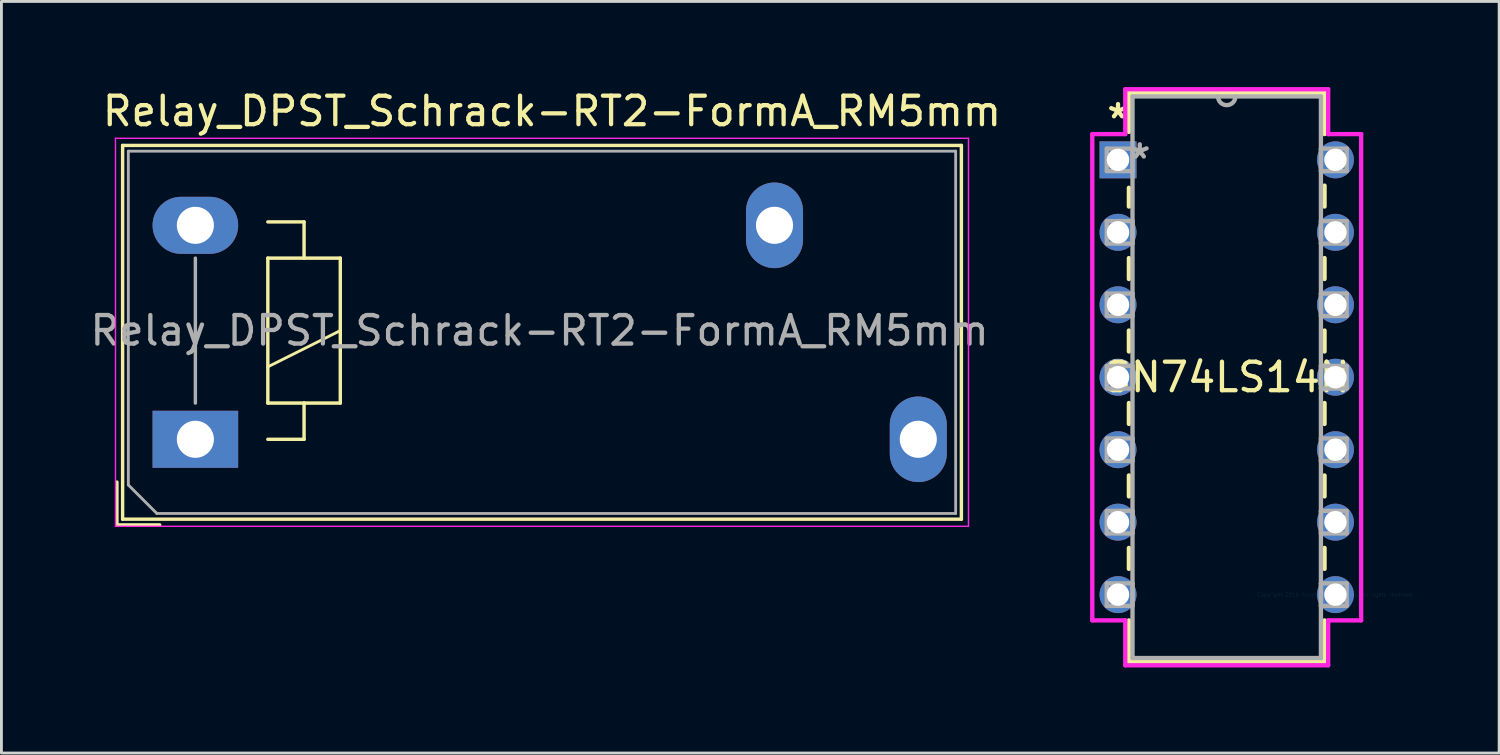
<source format=kicad_pcb>
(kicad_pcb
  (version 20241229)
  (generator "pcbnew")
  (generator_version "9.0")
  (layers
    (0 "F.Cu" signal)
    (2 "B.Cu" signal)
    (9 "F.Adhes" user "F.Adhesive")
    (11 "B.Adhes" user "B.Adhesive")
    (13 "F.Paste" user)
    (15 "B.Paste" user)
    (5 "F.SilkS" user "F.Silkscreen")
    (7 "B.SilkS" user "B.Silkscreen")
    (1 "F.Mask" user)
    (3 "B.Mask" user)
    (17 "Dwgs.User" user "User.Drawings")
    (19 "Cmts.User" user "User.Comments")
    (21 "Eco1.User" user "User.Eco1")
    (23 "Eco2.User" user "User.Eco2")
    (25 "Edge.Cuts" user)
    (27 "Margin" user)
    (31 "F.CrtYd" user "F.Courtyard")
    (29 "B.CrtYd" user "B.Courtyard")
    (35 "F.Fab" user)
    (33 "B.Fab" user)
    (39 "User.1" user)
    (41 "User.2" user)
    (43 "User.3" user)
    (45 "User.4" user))
  (footprint "Relay_DPST_Schrack-RT2-FormA_RM5mm"
    (layer "F.Cu")
    (at 3.798 12.348)
    (property "Reference" "Relay_DPST_Schrack-RT2-FormA_RM5mm" (at 12.5 -11.5 0) (layer "F.SilkS") (effects (font (size 1 1) (thickness 0.15))))
    (attr through_hole)
    (fp_line (start -2.75 1.5) (end -2.75 3) (stroke (width 0.12) (type solid)) (layer "F.SilkS"))
    (fp_line (start -2.75 3) (end -1.25 3) (stroke (width 0.12) (type solid)) (layer "F.SilkS"))
    (fp_line (start -2.55 -10.3) (end -2.55 2.8) (stroke (width 0.12) (type solid)) (layer "F.SilkS"))
    (fp_line (start -2.55 2.8) (end 26.85 2.8) (stroke (width 0.12) (type solid)) (layer "F.SilkS"))
    (fp_line (start 2.54 -6.35) (end 2.54 -1.27) (stroke (width 0.12) (type solid)) (layer "F.SilkS"))
    (fp_line (start 2.54 -2.54) (end 5.08 -3.81) (stroke (width 0.1) (type solid)) (layer "F.SilkS"))
    (fp_line (start 2.54 -1.27) (end 3.81 -1.27) (stroke (width 0.12) (type solid)) (layer "F.SilkS"))
    (fp_line (start 2.54 0) (end 3.81 0) (stroke (width 0.12) (type solid)) (layer "F.SilkS"))
    (fp_line (start 3.81 -7.62) (end 2.54 -7.62) (stroke (width 0.12) (type solid)) (layer "F.SilkS"))
    (fp_line (start 3.81 -6.35) (end 3.81 -7.62) (stroke (width 0.12) (type solid)) (layer "F.SilkS"))
    (fp_line (start 3.81 -1.27) (end 5.08 -1.27) (stroke (width 0.12) (type solid)) (layer "F.SilkS"))
    (fp_line (start 3.81 0) (end 3.81 -1.27) (stroke (width 0.12) (type solid)) (layer "F.SilkS"))
    (fp_line (start 5.08 -6.35) (end 2.54 -6.35) (stroke (width 0.12) (type solid)) (layer "F.SilkS"))
    (fp_line (start 5.08 -1.27) (end 5.08 -6.35) (stroke (width 0.12) (type solid)) (layer "F.SilkS"))
    (fp_line (start 26.85 -10.3) (end -2.55 -10.3) (stroke (width 0.12) (type solid)) (layer "F.SilkS"))
    (fp_line (start 26.85 2.8) (end 26.85 -10.3) (stroke (width 0.12) (type solid)) (layer "F.SilkS"))
    (fp_line (start -2.8 -10.55) (end -2.8 3.05) (stroke (width 0.05) (type solid)) (layer "F.CrtYd"))
    (fp_line (start -2.8 3.05) (end 27.1 3.05) (stroke (width 0.05) (type solid)) (layer "F.CrtYd"))
    (fp_line (start 27.1 -10.55) (end -2.8 -10.55) (stroke (width 0.05) (type solid)) (layer "F.CrtYd"))
    (fp_line (start 27.1 3.05) (end 27.1 -10.55) (stroke (width 0.05) (type solid)) (layer "F.CrtYd"))
    (fp_line (start -2.35 -10.1) (end -2.35 1.6) (stroke (width 0.1) (type solid)) (layer "F.Fab"))
    (fp_line (start -2.35 1.6) (end -1.35 2.6) (stroke (width 0.1) (type solid)) (layer "F.Fab"))
    (fp_line (start -1.35 2.6) (end 26.65 2.6) (stroke (width 0.1) (type solid)) (layer "F.Fab"))
    (fp_line (start 0 -1.27) (end 0 -6.35) (stroke (width 0.12) (type solid)) (layer "F.Fab"))
    (fp_line (start 26.65 -10.1) (end -2.35 -10.1) (stroke (width 0.1) (type solid)) (layer "F.Fab"))
    (fp_line (start 26.65 2.6) (end 26.65 -10.1) (stroke (width 0.1) (type solid)) (layer "F.Fab"))
    (fp_text user "${REFERENCE}" (at 12.065 -3.81 180) (layer "F.Fab") (effects (font (size 1 1) (thickness 0.15))))
    (pad "1" thru_hole oval (at 25.34 0 180) (size 2 3) (drill 1.3) (layers "*.Cu" "*.Mask"))
    (pad "2" thru_hole rect (at 0 0 180) (size 3 2) (drill 1.3) (layers "*.Cu" "*.Mask"))
    (pad "6" thru_hole oval (at 0 -7.5 180) (size 3 2) (drill 1.3) (layers "*.Cu" "*.Mask"))
    (pad "7" thru_hole oval (at 20.3 -7.5 180) (size 2 3) (drill 1.3) (layers "*.Cu" "*.Mask")))
  (footprint "SN74LS14N"
    (layer "F.Cu")
    (at 43.759 17.793)
    (property "Reference" "SN74LS14N" (at -3.81 -7.62 0) (layer "F.SilkS") (effects (font (size 1 1) (thickness 0.15))))
    (attr through_hole)
    (fp_line (start -7.239 -17.59) (end -7.239 -16.22) (stroke (width 0.152) (type solid)) (layer "F.SilkS"))
    (fp_line (start -7.239 -14.26) (end -7.239 -13.603) (stroke (width 0.152) (type solid)) (layer "F.SilkS"))
    (fp_line (start -7.239 -11.797) (end -7.239 -11.063) (stroke (width 0.152) (type solid)) (layer "F.SilkS"))
    (fp_line (start -7.239 -9.257) (end -7.239 -8.523) (stroke (width 0.152) (type solid)) (layer "F.SilkS"))
    (fp_line (start -7.239 -6.717) (end -7.239 -5.983) (stroke (width 0.152) (type solid)) (layer "F.SilkS"))
    (fp_line (start -7.239 -4.177) (end -7.239 -3.443) (stroke (width 0.152) (type solid)) (layer "F.SilkS"))
    (fp_line (start -7.239 -1.637) (end -7.239 -0.903) (stroke (width 0.152) (type solid)) (layer "F.SilkS"))
    (fp_line (start -7.239 0.903) (end -7.239 2.349) (stroke (width 0.152) (type solid)) (layer "F.SilkS"))
    (fp_line (start -7.239 2.349) (end -0.381 2.349) (stroke (width 0.152) (type solid)) (layer "F.SilkS"))
    (fp_line (start -0.381 -17.59) (end -7.239 -17.59) (stroke (width 0.152) (type solid)) (layer "F.SilkS"))
    (fp_line (start -0.381 -16.143) (end -0.381 -17.59) (stroke (width 0.152) (type solid)) (layer "F.SilkS"))
    (fp_line (start -0.381 -13.603) (end -0.381 -14.337) (stroke (width 0.152) (type solid)) (layer "F.SilkS"))
    (fp_line (start -0.381 -11.063) (end -0.381 -11.797) (stroke (width 0.152) (type solid)) (layer "F.SilkS"))
    (fp_line (start -0.381 -8.523) (end -0.381 -9.257) (stroke (width 0.152) (type solid)) (layer "F.SilkS"))
    (fp_line (start -0.381 -5.983) (end -0.381 -6.717) (stroke (width 0.152) (type solid)) (layer "F.SilkS"))
    (fp_line (start -0.381 -3.443) (end -0.381 -4.177) (stroke (width 0.152) (type solid)) (layer "F.SilkS"))
    (fp_line (start -0.381 -0.903) (end -0.381 -1.637) (stroke (width 0.152) (type solid)) (layer "F.SilkS"))
    (fp_line (start -0.381 2.349) (end -0.381 0.903) (stroke (width 0.152) (type solid)) (layer "F.SilkS"))
    (fp_line (start -8.522 -16.142) (end -8.522 0.902) (stroke (width 0.152) (type solid)) (layer "F.CrtYd"))
    (fp_line (start -8.522 0.902) (end -7.366 0.902) (stroke (width 0.152) (type solid)) (layer "F.CrtYd"))
    (fp_line (start -7.366 -17.716) (end -7.366 -16.142) (stroke (width 0.152) (type solid)) (layer "F.CrtYd"))
    (fp_line (start -7.366 -16.142) (end -8.522 -16.142) (stroke (width 0.152) (type solid)) (layer "F.CrtYd"))
    (fp_line (start -7.366 0.902) (end -7.366 2.477) (stroke (width 0.152) (type solid)) (layer "F.CrtYd"))
    (fp_line (start -7.366 2.477) (end -0.254 2.477) (stroke (width 0.152) (type solid)) (layer "F.CrtYd"))
    (fp_line (start -0.254 -17.716) (end -7.366 -17.716) (stroke (width 0.152) (type solid)) (layer "F.CrtYd"))
    (fp_line (start -0.254 -16.142) (end -0.254 -17.716) (stroke (width 0.152) (type solid)) (layer "F.CrtYd"))
    (fp_line (start -0.254 0.902) (end 0.902 0.902) (stroke (width 0.152) (type solid)) (layer "F.CrtYd"))
    (fp_line (start -0.254 2.477) (end -0.254 0.902) (stroke (width 0.152) (type solid)) (layer "F.CrtYd"))
    (fp_line (start 0.902 -16.142) (end -0.254 -16.142) (stroke (width 0.152) (type solid)) (layer "F.CrtYd"))
    (fp_line (start 0.902 0.902) (end 0.902 -16.142) (stroke (width 0.152) (type solid)) (layer "F.CrtYd"))
    (fp_line (start -8.014 -15.634) (end -8.014 -14.846) (stroke (width 0.152) (type solid)) (layer "F.Fab"))
    (fp_line (start -8.014 -14.846) (end -7.112 -14.846) (stroke (width 0.152) (type solid)) (layer "F.Fab"))
    (fp_line (start -8.014 -13.094) (end -8.014 -12.306) (stroke (width 0.152) (type solid)) (layer "F.Fab"))
    (fp_line (start -8.014 -12.306) (end -7.112 -12.306) (stroke (width 0.152) (type solid)) (layer "F.Fab"))
    (fp_line (start -8.014 -10.554) (end -8.014 -9.766) (stroke (width 0.152) (type solid)) (layer "F.Fab"))
    (fp_line (start -8.014 -9.766) (end -7.112 -9.766) (stroke (width 0.152) (type solid)) (layer "F.Fab"))
    (fp_line (start -8.014 -8.014) (end -8.014 -7.226) (stroke (width 0.152) (type solid)) (layer "F.Fab"))
    (fp_line (start -8.014 -7.226) (end -7.112 -7.226) (stroke (width 0.152) (type solid)) (layer "F.Fab"))
    (fp_line (start -8.014 -5.474) (end -8.014 -4.686) (stroke (width 0.152) (type solid)) (layer "F.Fab"))
    (fp_line (start -8.014 -4.686) (end -7.112 -4.686) (stroke (width 0.152) (type solid)) (layer "F.Fab"))
    (fp_line (start -8.014 -2.934) (end -8.014 -2.146) (stroke (width 0.152) (type solid)) (layer "F.Fab"))
    (fp_line (start -8.014 -2.146) (end -7.112 -2.146) (stroke (width 0.152) (type solid)) (layer "F.Fab"))
    (fp_line (start -8.014 -0.394) (end -8.014 0.394) (stroke (width 0.152) (type solid)) (layer "F.Fab"))
    (fp_line (start -8.014 0.394) (end -7.112 0.394) (stroke (width 0.152) (type solid)) (layer "F.Fab"))
    (fp_line (start -7.112 -17.462) (end -7.112 2.223) (stroke (width 0.152) (type solid)) (layer "F.Fab"))
    (fp_line (start -7.112 -15.634) (end -8.014 -15.634) (stroke (width 0.152) (type solid)) (layer "F.Fab"))
    (fp_line (start -7.112 -14.846) (end -7.112 -15.634) (stroke (width 0.152) (type solid)) (layer "F.Fab"))
    (fp_line (start -7.112 -13.094) (end -8.014 -13.094) (stroke (width 0.152) (type solid)) (layer "F.Fab"))
    (fp_line (start -7.112 -12.306) (end -7.112 -13.094) (stroke (width 0.152) (type solid)) (layer "F.Fab"))
    (fp_line (start -7.112 -10.554) (end -8.014 -10.554) (stroke (width 0.152) (type solid)) (layer "F.Fab"))
    (fp_line (start -7.112 -9.766) (end -7.112 -10.554) (stroke (width 0.152) (type solid)) (layer "F.Fab"))
    (fp_line (start -7.112 -8.014) (end -8.014 -8.014) (stroke (width 0.152) (type solid)) (layer "F.Fab"))
    (fp_line (start -7.112 -7.226) (end -7.112 -8.014) (stroke (width 0.152) (type solid)) (layer "F.Fab"))
    (fp_line (start -7.112 -5.474) (end -8.014 -5.474) (stroke (width 0.152) (type solid)) (layer "F.Fab"))
    (fp_line (start -7.112 -4.686) (end -7.112 -5.474) (stroke (width 0.152) (type solid)) (layer "F.Fab"))
    (fp_line (start -7.112 -2.934) (end -8.014 -2.934) (stroke (width 0.152) (type solid)) (layer "F.Fab"))
    (fp_line (start -7.112 -2.146) (end -7.112 -2.934) (stroke (width 0.152) (type solid)) (layer "F.Fab"))
    (fp_line (start -7.112 -0.394) (end -8.014 -0.394) (stroke (width 0.152) (type solid)) (layer "F.Fab"))
    (fp_line (start -7.112 0.394) (end -7.112 -0.394) (stroke (width 0.152) (type solid)) (layer "F.Fab"))
    (fp_line (start -7.112 2.223) (end -0.508 2.223) (stroke (width 0.152) (type solid)) (layer "F.Fab"))
    (fp_line (start -0.508 -17.462) (end -7.112 -17.462) (stroke (width 0.152) (type solid)) (layer "F.Fab"))
    (fp_line (start -0.508 -15.634) (end -0.508 -14.846) (stroke (width 0.152) (type solid)) (layer "F.Fab"))
    (fp_line (start -0.508 -14.846) (end 0.394 -14.846) (stroke (width 0.152) (type solid)) (layer "F.Fab"))
    (fp_line (start -0.508 -13.094) (end -0.508 -12.306) (stroke (width 0.152) (type solid)) (layer "F.Fab"))
    (fp_line (start -0.508 -12.306) (end 0.394 -12.306) (stroke (width 0.152) (type solid)) (layer "F.Fab"))
    (fp_line (start -0.508 -10.554) (end -0.508 -9.766) (stroke (width 0.152) (type solid)) (layer "F.Fab"))
    (fp_line (start -0.508 -9.766) (end 0.394 -9.766) (stroke (width 0.152) (type solid)) (layer "F.Fab"))
    (fp_line (start -0.508 -8.014) (end -0.508 -7.226) (stroke (width 0.152) (type solid)) (layer "F.Fab"))
    (fp_line (start -0.508 -7.226) (end 0.394 -7.226) (stroke (width 0.152) (type solid)) (layer "F.Fab"))
    (fp_line (start -0.508 -5.474) (end -0.508 -4.686) (stroke (width 0.152) (type solid)) (layer "F.Fab"))
    (fp_line (start -0.508 -4.686) (end 0.394 -4.686) (stroke (width 0.152) (type solid)) (layer "F.Fab"))
    (fp_line (start -0.508 -2.934) (end -0.508 -2.146) (stroke (width 0.152) (type solid)) (layer "F.Fab"))
    (fp_line (start -0.508 -2.146) (end 0.394 -2.146) (stroke (width 0.152) (type solid)) (layer "F.Fab"))
    (fp_line (start -0.508 -0.394) (end -0.508 0.394) (stroke (width 0.152) (type solid)) (layer "F.Fab"))
    (fp_line (start -0.508 0.394) (end 0.394 0.394) (stroke (width 0.152) (type solid)) (layer "F.Fab"))
    (fp_line (start -0.508 2.223) (end -0.508 -17.462) (stroke (width 0.152) (type solid)) (layer "F.Fab"))
    (fp_line (start 0.394 -15.634) (end -0.508 -15.634) (stroke (width 0.152) (type solid)) (layer "F.Fab"))
    (fp_line (start 0.394 -14.846) (end 0.394 -15.634) (stroke (width 0.152) (type solid)) (layer "F.Fab"))
    (fp_line (start 0.394 -13.094) (end -0.508 -13.094) (stroke (width 0.152) (type solid)) (layer "F.Fab"))
    (fp_line (start 0.394 -12.306) (end 0.394 -13.094) (stroke (width 0.152) (type solid)) (layer "F.Fab"))
    (fp_line (start 0.394 -10.554) (end -0.508 -10.554) (stroke (width 0.152) (type solid)) (layer "F.Fab"))
    (fp_line (start 0.394 -9.766) (end 0.394 -10.554) (stroke (width 0.152) (type solid)) (layer "F.Fab"))
    (fp_line (start 0.394 -8.014) (end -0.508 -8.014) (stroke (width 0.152) (type solid)) (layer "F.Fab"))
    (fp_line (start 0.394 -7.226) (end 0.394 -8.014) (stroke (width 0.152) (type solid)) (layer "F.Fab"))
    (fp_line (start 0.394 -5.474) (end -0.508 -5.474) (stroke (width 0.152) (type solid)) (layer "F.Fab"))
    (fp_line (start 0.394 -4.686) (end 0.394 -5.474) (stroke (width 0.152) (type solid)) (layer "F.Fab"))
    (fp_line (start 0.394 -2.934) (end -0.508 -2.934) (stroke (width 0.152) (type solid)) (layer "F.Fab"))
    (fp_line (start 0.394 -2.146) (end 0.394 -2.934) (stroke (width 0.152) (type solid)) (layer "F.Fab"))
    (fp_line (start 0.394 -0.394) (end -0.508 -0.394) (stroke (width 0.152) (type solid)) (layer "F.Fab"))
    (fp_line (start 0.394 0.394) (end 0.394 -0.394) (stroke (width 0.152) (type solid)) (layer "F.Fab"))
    (fp_arc (start -3.5052 -17.4625) (mid -3.81 -17.1577) (end -4.1148 -17.4625) (stroke (width 0.1524) (type solid)) (layer "F.Fab"))
    (fp_text user "*" (at -7.62 -16.65 0) (layer "F.SilkS") (effects (font (size 1 1) (thickness 0.15))))
    (fp_text user "Copyright 2016 Accelerated Designs. All rights reserved." (at 0 0 0) (layer "Cmts.User") (effects (font (size 0.127 0.127) (thickness 0.002))))
    (fp_text user "*" (at -6.858 -15.24 0) (layer "F.Fab") (effects (font (size 1 1) (thickness 0.15))))
    (pad "1" thru_hole rect (at -7.62 -15.24) (size 1.295 1.295) (drill 0.787) (layers "*.Cu" "*.Mask"))
    (pad "2" thru_hole circle (at -7.62 -12.7) (size 1.295 1.295) (drill 0.787) (layers "*.Cu" "*.Mask"))
    (pad "3" thru_hole circle (at -7.62 -10.16) (size 1.295 1.295) (drill 0.787) (layers "*.Cu" "*.Mask"))
    (pad "4" thru_hole circle (at -7.62 -7.62) (size 1.295 1.295) (drill 0.787) (layers "*.Cu" "*.Mask"))
    (pad "5" thru_hole circle (at -7.62 -5.08) (size 1.295 1.295) (drill 0.787) (layers "*.Cu" "*.Mask"))
    (pad "6" thru_hole circle (at -7.62 -2.54) (size 1.295 1.295) (drill 0.787) (layers "*.Cu" "*.Mask"))
    (pad "7" thru_hole circle (at -7.62 0) (size 1.295 1.295) (drill 0.787) (layers "*.Cu" "*.Mask"))
    (pad "8" thru_hole circle (at 0 0) (size 1.295 1.295) (drill 0.787) (layers "*.Cu" "*.Mask"))
    (pad "9" thru_hole circle (at 0 -2.54) (size 1.295 1.295) (drill 0.787) (layers "*.Cu" "*.Mask"))
    (pad "10" thru_hole circle (at 0 -5.08) (size 1.295 1.295) (drill 0.787) (layers "*.Cu" "*.Mask"))
    (pad "11" thru_hole circle (at 0 -7.62) (size 1.295 1.295) (drill 0.787) (layers "*.Cu" "*.Mask"))
    (pad "12" thru_hole circle (at 0 -10.16) (size 1.295 1.295) (drill 0.787) (layers "*.Cu" "*.Mask"))
    (pad "13" thru_hole circle (at 0 -12.7) (size 1.295 1.295) (drill 0.787) (layers "*.Cu" "*.Mask"))
    (pad "14" thru_hole circle (at 0 -15.24) (size 1.295 1.295) (drill 0.787) (layers "*.Cu" "*.Mask")))
  (gr_rect
    (start -3 -3)
    (end 49.498 23.345)
    (stroke (width 0.1) (type default))
    (fill no)
    (layer "Edge.Cuts")))
</source>
